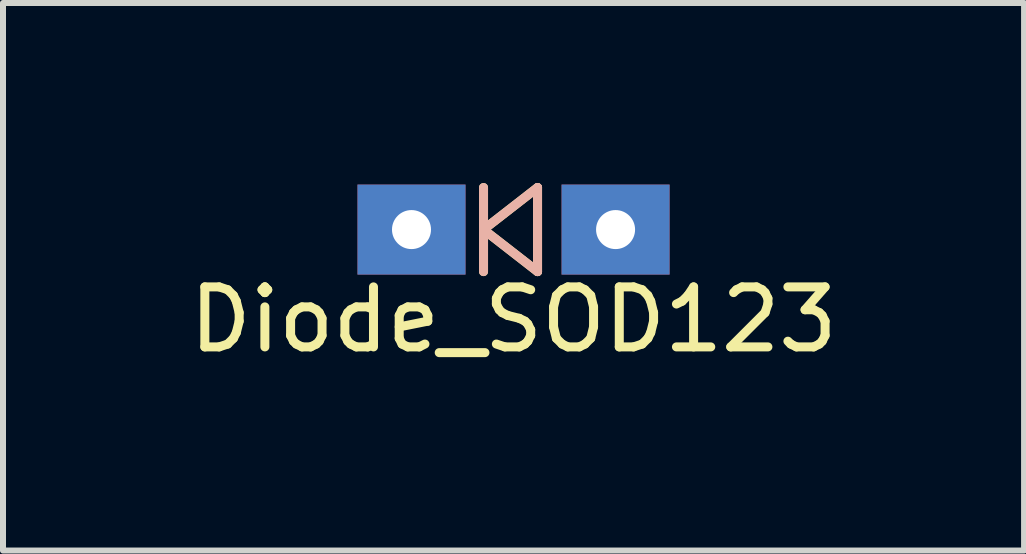
<source format=kicad_pcb>
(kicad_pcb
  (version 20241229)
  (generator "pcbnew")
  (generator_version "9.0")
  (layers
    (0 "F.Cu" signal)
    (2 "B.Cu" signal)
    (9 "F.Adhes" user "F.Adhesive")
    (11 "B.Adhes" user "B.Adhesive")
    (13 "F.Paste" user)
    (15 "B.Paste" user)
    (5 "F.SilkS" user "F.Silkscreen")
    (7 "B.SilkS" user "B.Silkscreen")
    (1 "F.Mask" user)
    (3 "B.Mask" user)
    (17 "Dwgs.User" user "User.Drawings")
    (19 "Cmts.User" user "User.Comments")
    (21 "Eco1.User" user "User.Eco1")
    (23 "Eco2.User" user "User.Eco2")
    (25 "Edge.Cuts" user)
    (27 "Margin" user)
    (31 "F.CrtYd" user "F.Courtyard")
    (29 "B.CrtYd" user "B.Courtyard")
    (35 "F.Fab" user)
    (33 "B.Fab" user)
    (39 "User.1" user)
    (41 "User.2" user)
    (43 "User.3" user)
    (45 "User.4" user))
  (footprint "Diode_SOD123"
    (placed yes)
    (layer "F.Cu")
    (at 5.506 0.775)
    (property "Reference" "Diode_SOD123" (at 0 1.5 0) (layer "F.SilkS") (effects (font (size 1 1) (thickness 0.15))))
    (attr through_hole)
    (fp_line (start -0.5 -0.7) (end -0.5 0.7) (stroke (width 0.15) (type solid)) (layer "F.SilkS"))
    (fp_line (start -0.5 0) (end 0.4 -0.7) (stroke (width 0.15) (type solid)) (layer "F.SilkS"))
    (fp_line (start 0.4 -0.7) (end 0.4 0.7) (stroke (width 0.15) (type solid)) (layer "F.SilkS"))
    (fp_line (start 0.4 0.7) (end -0.5 0) (stroke (width 0.15) (type solid)) (layer "F.SilkS"))
    (fp_line (start -0.5 -0.7) (end -0.5 0.7) (stroke (width 0.15) (type solid)) (layer "B.SilkS"))
    (fp_line (start -0.5 0) (end 0.4 -0.7) (stroke (width 0.15) (type solid)) (layer "B.SilkS"))
    (fp_line (start 0.4 -0.7) (end 0.4 0.7) (stroke (width 0.15) (type solid)) (layer "B.SilkS"))
    (fp_line (start 0.4 0.7) (end -0.5 0) (stroke (width 0.15) (type solid)) (layer "B.SilkS"))
    (pad "1" thru_hole rect (at -1.7 0) (size 1.8 1.5) (drill 0.65) (layers "*.Cu" "*.Mask"))
    (pad "2" thru_hole rect (at 1.7 0) (size 1.8 1.5) (drill 0.65) (layers "*.Cu" "*.Mask")))
  (gr_rect
    (start -3 -3)
    (end 14.012 6.123)
    (stroke (width 0.1) (type default))
    (fill no)
    (layer "Edge.Cuts")))
</source>
